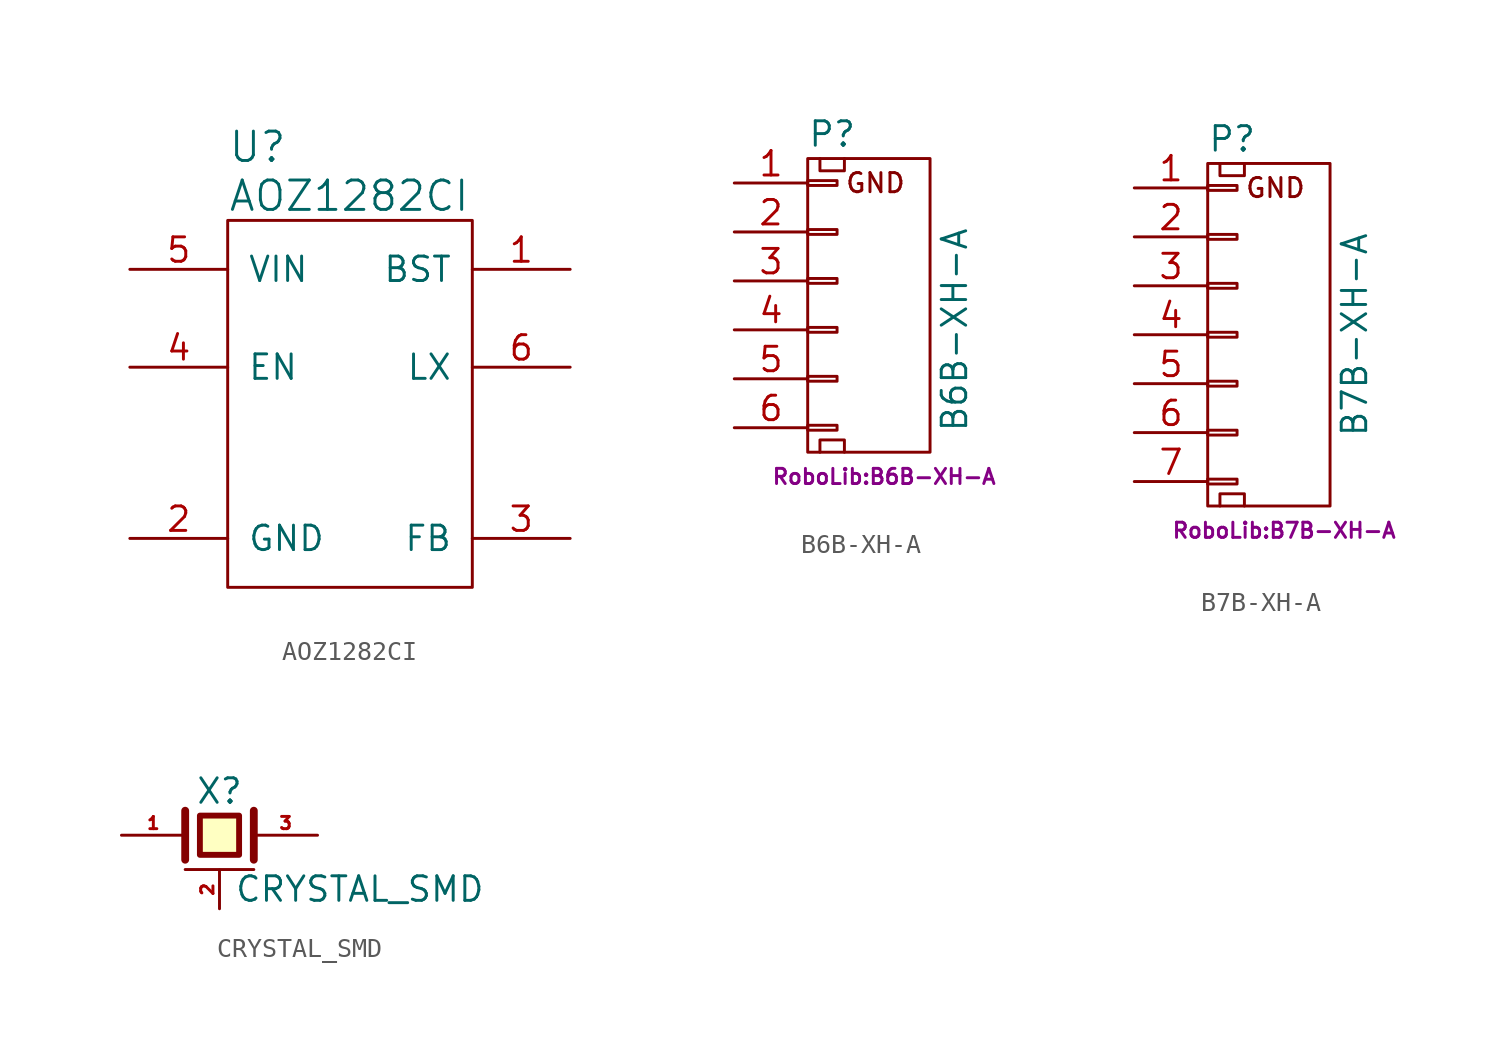
<source format=kicad_sym>
(kicad_symbol_lib
  (version 20211014)
  (generator kicad_symbol_editor)
  (symbol "AOZ1282CI"
    (pin_names
      (offset 1.016))
    (property "Reference" "U"
      (at -6.35 13.97 0)
      (effects (font (size 1.524 1.524)) (justify left)))
    (property "Value" "AOZ1282CI"
      (at -6.35 11.43 0)
      (effects (font (size 1.524 1.524)) (justify left)))
    (property "Footprint" ""
      (at -2.54 -7.62 0)
      (effects (font (size 1.524 1.524))))
    (property "Datasheet" ""
      (at -2.54 -7.62 0)
      (effects (font (size 1.524 1.524))))
    (symbol "AOZ1282CI_0_1"
      (rectangle (start -6.35 10.16) (end 6.35 -8.89) (stroke (width 0) (type default) (color 0 0 0 0)) (fill (type none))))
    (symbol "AOZ1282CI_1_1"
      (pin bidirectional line (at 11.43 7.62 180) (length 5.08) (name "BST" (effects (font (size 1.27 1.27)))) (number "1" (effects (font (size 1.27 1.27)))))
      (pin power_in line (at -11.43 -6.35 0) (length 5.08) (name "GND" (effects (font (size 1.27 1.27)))) (number "2" (effects (font (size 1.27 1.27)))))
      (pin input line (at 11.43 -6.35 180) (length 5.08) (name "FB" (effects (font (size 1.27 1.27)))) (number "3" (effects (font (size 1.27 1.27)))))
      (pin input line (at -11.43 2.54 0) (length 5.08) (name "EN" (effects (font (size 1.27 1.27)))) (number "4" (effects (font (size 1.27 1.27)))))
      (pin power_in line (at -11.43 7.62 0) (length 5.08) (name "VIN" (effects (font (size 1.27 1.27)))) (number "5" (effects (font (size 1.27 1.27)))))
      (pin output line (at 11.43 2.54 180) (length 5.08) (name "LX" (effects (font (size 1.27 1.27)))) (number "6" (effects (font (size 1.27 1.27)))))))
  (symbol "B6B-XH-A"
    (pin_names
      (offset 1.016) hide)
    (property "Reference" "P"
      (at 0 10.16 0)
      (effects (font (size 1.27 1.27))))
    (property "Value" "B6B-XH-A"
      (at 6.35 0 90)
      (effects (font (size 1.27 1.27))))
    (property "Footprint" "RoboLib:B6B-XH-A"
      (at -3.175 -7.62 0)
      (effects (font (size 0.787 0.787)) (justify left)))
    (property "Datasheet" ""
      (at 0 0 0)
      (effects (font (size 1.27 1.27))))
    (symbol "B6B-XH-A_0_0"
      (text "GND" (at 0.635 7.62 0) (effects (font (size 0.991 0.991)) (justify left))))
    (symbol "B6B-XH-A_0_1"
      (rectangle (start -1.27 -6.35) (end 5.08 8.89) (stroke (width 0) (type default) (color 0 0 0 0)) (fill (type none)))
      (rectangle (start -1.27 -4.953) (end 0.254 -5.207) (stroke (width 0) (type default) (color 0 0 0 0)) (fill (type none)))
      (rectangle (start -1.27 -2.413) (end 0.254 -2.667) (stroke (width 0) (type default) (color 0 0 0 0)) (fill (type none)))
      (rectangle (start -1.27 0.127) (end 0.254 -0.127) (stroke (width 0) (type default) (color 0 0 0 0)) (fill (type none)))
      (rectangle (start -1.27 2.667) (end 0.254 2.413) (stroke (width 0) (type default) (color 0 0 0 0)) (fill (type none)))
      (rectangle (start -1.27 5.207) (end 0.254 4.953) (stroke (width 0) (type default) (color 0 0 0 0)) (fill (type none)))
      (rectangle (start -1.27 7.747) (end 0.254 7.493) (stroke (width 0) (type default) (color 0 0 0 0)) (fill (type none)))
      (polyline (pts (xy -0.635 -6.35) (xy -0.635 -5.715) (xy 0.635 -5.715) (xy 0.635 -6.35)) (stroke (width 0) (type default) (color 0 0 0 0)) (fill (type none)))
      (polyline (pts (xy -0.635 8.89) (xy -0.635 8.255) (xy 0.635 8.255) (xy 0.635 8.89)) (stroke (width 0) (type default) (color 0 0 0 0)) (fill (type none))))
    (symbol "B6B-XH-A_1_1"
      (pin passive line (at -5.08 7.62 0) (length 3.81) (name "P1" (effects (font (size 1.27 1.27)))) (number "1" (effects (font (size 1.27 1.27)))))
      (pin passive line (at -5.08 5.08 0) (length 3.81) (name "P2" (effects (font (size 1.27 1.27)))) (number "2" (effects (font (size 1.27 1.27)))))
      (pin passive line (at -5.08 2.54 0) (length 3.81) (name "P3" (effects (font (size 1.27 1.27)))) (number "3" (effects (font (size 1.27 1.27)))))
      (pin passive line (at -5.08 0 0) (length 3.81) (name "P4" (effects (font (size 1.27 1.27)))) (number "4" (effects (font (size 1.27 1.27)))))
      (pin passive line (at -5.08 -2.54 0) (length 3.81) (name "P5" (effects (font (size 1.27 1.27)))) (number "5" (effects (font (size 1.27 1.27)))))
      (pin passive line (at -5.08 -5.08 0) (length 3.81) (name "P6" (effects (font (size 1.27 1.27)))) (number "6" (effects (font (size 1.27 1.27)))))))
  (symbol "B7B-XH-A"
    (pin_names
      (offset 1.016) hide)
    (property "Reference" "P"
      (at 0 10.16 0)
      (effects (font (size 1.27 1.27))))
    (property "Value" "B7B-XH-A"
      (at 6.35 0 90)
      (effects (font (size 1.27 1.27))))
    (property "Footprint" "RoboLib:B7B-XH-A"
      (at -3.175 -10.16 0)
      (effects (font (size 0.787 0.787)) (justify left)))
    (property "Datasheet" ""
      (at 0 0 0)
      (effects (font (size 1.27 1.27))))
    (symbol "B7B-XH-A_0_0"
      (text "GND" (at 0.635 7.62 0) (effects (font (size 0.991 0.991)) (justify left))))
    (symbol "B7B-XH-A_0_1"
      (rectangle (start -1.27 -8.89) (end 5.08 8.89) (stroke (width 0) (type default) (color 0 0 0 0)) (fill (type none)))
      (rectangle (start -1.27 -7.493) (end 0.254 -7.747) (stroke (width 0) (type default) (color 0 0 0 0)) (fill (type none)))
      (rectangle (start -1.27 -4.953) (end 0.254 -5.207) (stroke (width 0) (type default) (color 0 0 0 0)) (fill (type none)))
      (rectangle (start -1.27 -2.413) (end 0.254 -2.667) (stroke (width 0) (type default) (color 0 0 0 0)) (fill (type none)))
      (rectangle (start -1.27 0.127) (end 0.254 -0.127) (stroke (width 0) (type default) (color 0 0 0 0)) (fill (type none)))
      (rectangle (start -1.27 2.667) (end 0.254 2.413) (stroke (width 0) (type default) (color 0 0 0 0)) (fill (type none)))
      (rectangle (start -1.27 5.207) (end 0.254 4.953) (stroke (width 0) (type default) (color 0 0 0 0)) (fill (type none)))
      (rectangle (start -1.27 7.747) (end 0.254 7.493) (stroke (width 0) (type default) (color 0 0 0 0)) (fill (type none)))
      (polyline (pts (xy -0.635 -8.89) (xy -0.635 -8.255) (xy 0.635 -8.255) (xy 0.635 -8.89)) (stroke (width 0) (type default) (color 0 0 0 0)) (fill (type none)))
      (polyline (pts (xy -0.635 8.89) (xy -0.635 8.255) (xy 0.635 8.255) (xy 0.635 8.89)) (stroke (width 0) (type default) (color 0 0 0 0)) (fill (type none))))
    (symbol "B7B-XH-A_1_1"
      (pin passive line (at -5.08 7.62 0) (length 3.81) (name "P1" (effects (font (size 1.27 1.27)))) (number "1" (effects (font (size 1.27 1.27)))))
      (pin passive line (at -5.08 5.08 0) (length 3.81) (name "P2" (effects (font (size 1.27 1.27)))) (number "2" (effects (font (size 1.27 1.27)))))
      (pin passive line (at -5.08 2.54 0) (length 3.81) (name "P3" (effects (font (size 1.27 1.27)))) (number "3" (effects (font (size 1.27 1.27)))))
      (pin passive line (at -5.08 0 0) (length 3.81) (name "P4" (effects (font (size 1.27 1.27)))) (number "4" (effects (font (size 1.27 1.27)))))
      (pin passive line (at -5.08 -2.54 0) (length 3.81) (name "P5" (effects (font (size 1.27 1.27)))) (number "5" (effects (font (size 1.27 1.27)))))
      (pin passive line (at -5.08 -5.08 0) (length 3.81) (name "P6" (effects (font (size 1.27 1.27)))) (number "6" (effects (font (size 1.27 1.27)))))
      (pin passive line (at -5.08 -7.62 0) (length 3.81) (name "P7" (effects (font (size 1.27 1.27)))) (number "7" (effects (font (size 1.27 1.27)))))))
  (symbol "CRYSTAL_SMD"
    (pin_names
      (offset 1.016) hide)
    (property "Reference" "X"
      (at 0 2.286 0)
      (effects (font (size 1.27 1.27))))
    (property "Value" "CRYSTAL_SMD"
      (at 0.762 -2.794 0)
      (effects (font (size 1.27 1.27)) (justify left)))
    (property "Footprint" ""
      (at 0 0 0)
      (effects (font (size 1.27 1.27))))
    (property "Datasheet" ""
      (at 0 0 0)
      (effects (font (size 1.27 1.27))))
    (symbol "CRYSTAL_SMD_0_1"
      (polyline (pts (xy -1.778 -1.778) (xy 1.778 -1.778)) (stroke (width 0) (type default) (color 0 0 0 0)) (fill (type none)))
      (polyline (pts (xy -1.778 1.27) (xy -1.778 -1.27)) (stroke (width 0.406) (type default) (color 0 0 0 0)) (fill (type none)))
      (polyline (pts (xy 1.778 1.27) (xy 1.778 -1.27)) (stroke (width 0.406) (type default) (color 0 0 0 0)) (fill (type none)))
      (polyline (pts (xy -1.016 1.016) (xy 1.016 1.016) (xy 1.016 -1.016) (xy -1.016 -1.016) (xy -1.016 1.016)) (stroke (width 0.305) (type default) (color 0 0 0 0)) (fill (type background))))
    (symbol "CRYSTAL_SMD_1_1"
      (pin passive line (at -5.08 0 0) (length 3.302) (name "1" (effects (font (size 0.508 0.508)))) (number "1" (effects (font (size 0.635 0.635)))))
      (pin passive line (at 0 -3.81 90) (length 2.007) (name "case" (effects (font (size 0.508 0.508)))) (number "2" (effects (font (size 0.635 0.635)))))
      (pin passive line (at 5.08 0 180) (length 3.302) (name "3" (effects (font (size 0.508 0.508)))) (number "3" (effects (font (size 0.635 0.635))))))))
</source>
